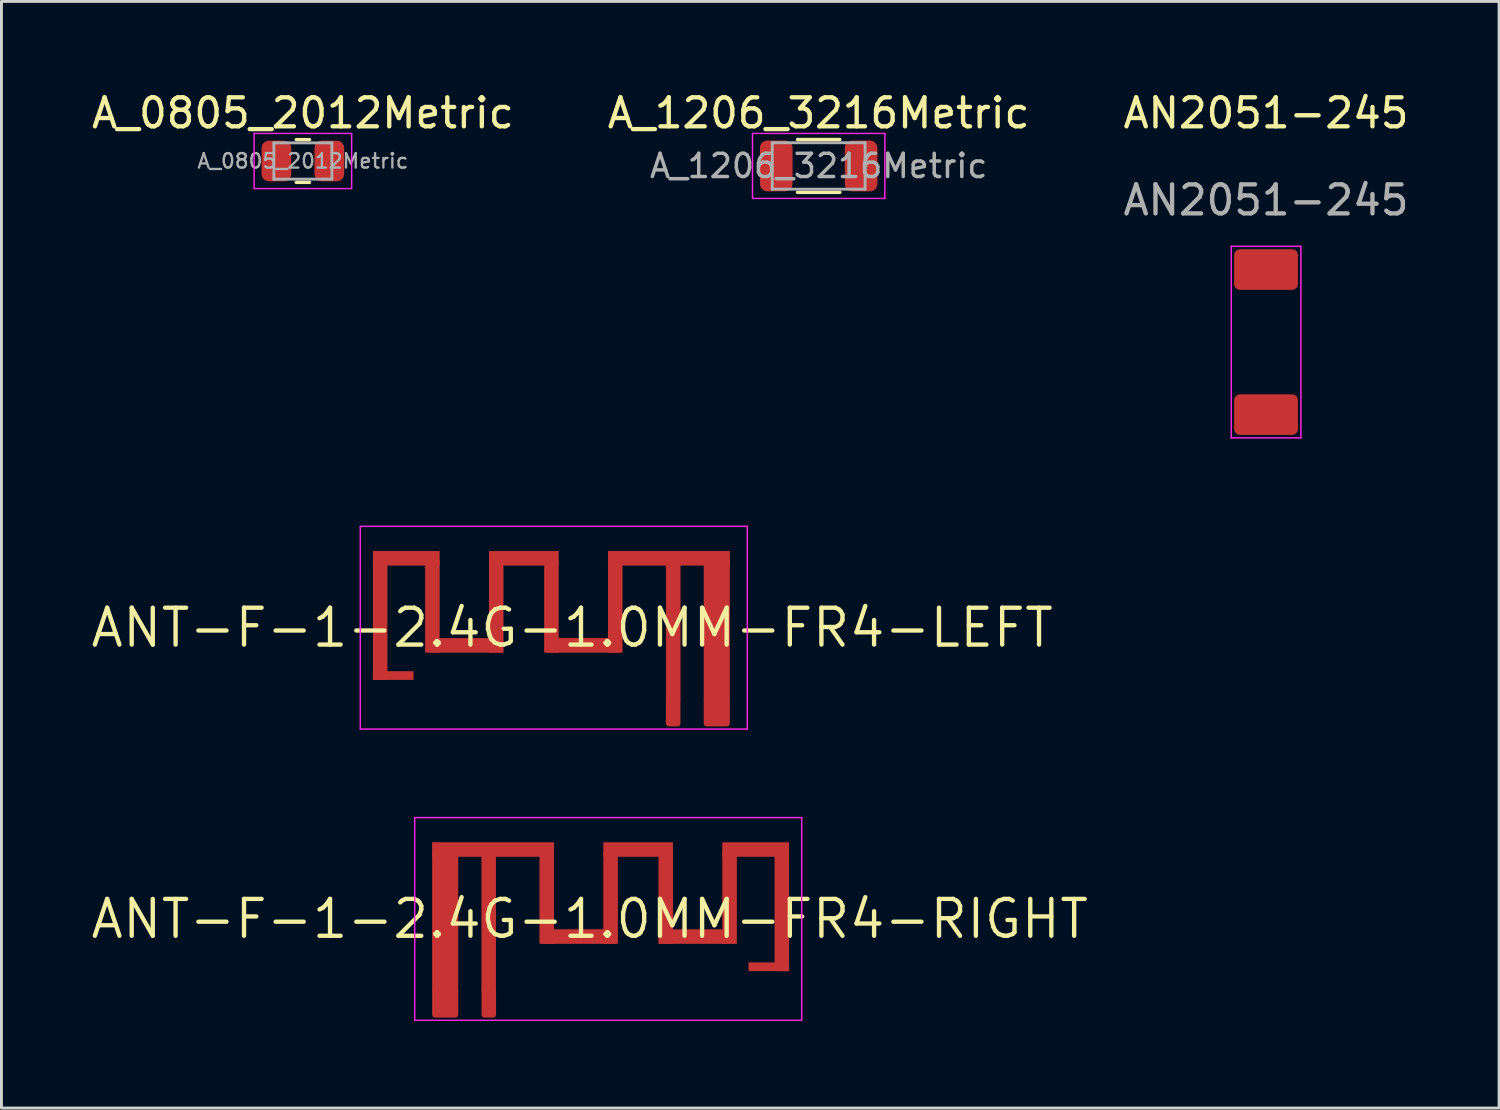
<source format=kicad_pcb>
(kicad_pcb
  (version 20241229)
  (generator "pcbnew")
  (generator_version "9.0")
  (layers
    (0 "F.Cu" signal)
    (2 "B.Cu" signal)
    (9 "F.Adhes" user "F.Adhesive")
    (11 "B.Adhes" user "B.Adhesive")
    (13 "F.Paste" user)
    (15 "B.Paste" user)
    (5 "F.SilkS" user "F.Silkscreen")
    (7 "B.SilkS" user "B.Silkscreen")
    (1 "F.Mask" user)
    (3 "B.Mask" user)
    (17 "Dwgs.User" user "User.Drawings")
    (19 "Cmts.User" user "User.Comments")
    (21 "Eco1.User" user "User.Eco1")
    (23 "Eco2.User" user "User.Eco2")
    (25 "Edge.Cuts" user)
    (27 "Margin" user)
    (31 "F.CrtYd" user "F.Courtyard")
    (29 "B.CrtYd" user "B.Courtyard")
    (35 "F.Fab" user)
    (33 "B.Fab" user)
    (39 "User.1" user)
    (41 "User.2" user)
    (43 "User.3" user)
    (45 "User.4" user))
  (footprint "ANT-F-1-2.4G-1.0MM-FR4-LEFT"
    (layer "F.Cu")
    (at 16.033 18.581)
    (property "Reference" "ANT-F-1-2.4G-1.0MM-FR4-LEFT" (at 0.635 0 0) (layer "F.SilkS") (effects (font (size 1.27 1.27) (thickness 0.15))))
    (attr exclude_from_pos_files exclude_from_bom allow_soldermask_bridges)
    (fp_poly (pts (xy -5.733 -2.322) (xy -6.233 -2.322) (xy -6.233 1.798) (xy -5.733 1.798)) (stroke (width 0) (type solid)) (fill yes) (layer "F.Cu"))
    (fp_poly (pts (xy -4.833 1.498) (xy -6.233 1.498) (xy -6.233 1.798) (xy -4.833 1.798)) (stroke (width 0) (type solid)) (fill yes) (layer "F.Cu"))
    (fp_poly (pts (xy -3.933 -2.322) (xy -4.433 -2.322) (xy -4.433 0.858) (xy -3.933 0.858)) (stroke (width 0) (type solid)) (fill yes) (layer "F.Cu"))
    (fp_poly (pts (xy -3.932 -2.642) (xy -6.232 -2.642) (xy -6.232 -2.142) (xy -3.932 -2.142)) (stroke (width 0) (type solid)) (fill yes) (layer "F.Cu"))
    (fp_poly (pts (xy -1.747 0.358) (xy -4.236 0.358) (xy -4.236 0.858) (xy -1.747 0.858)) (stroke (width 0) (type solid)) (fill yes) (layer "F.Cu"))
    (fp_poly (pts (xy -1.733 -2.322) (xy -2.233 -2.322) (xy -2.233 0.858) (xy -1.733 0.858)) (stroke (width 0) (type solid)) (fill yes) (layer "F.Cu"))
    (fp_poly (pts (xy 0.168 -2.322) (xy -0.333 -2.322) (xy -0.333 0.857) (xy 0.168 0.857)) (stroke (width 0) (type solid)) (fill yes) (layer "F.Cu"))
    (fp_poly (pts (xy 0.168 -2.642) (xy -2.232 -2.642) (xy -2.232 -2.142) (xy 0.168 -2.142)) (stroke (width 0) (type solid)) (fill yes) (layer "F.Cu"))
    (fp_poly (pts (xy 2.277 0.357) (xy -0.263 0.357) (xy -0.263 0.858) (xy 2.277 0.858)) (stroke (width 0) (type solid)) (fill yes) (layer "F.Cu"))
    (fp_poly (pts (xy 2.368 -2.322) (xy 1.868 -2.322) (xy 1.868 0.858) (xy 2.368 0.858)) (stroke (width 0) (type solid)) (fill yes) (layer "F.Cu"))
    (fp_poly (pts (xy 4.368 -2.373) (xy 3.868 -2.373) (xy 3.868 2.507) (xy 4.368 2.507)) (stroke (width 0) (type solid)) (fill yes) (layer "F.Cu"))
    (fp_poly (pts (xy 6.067 -2.348) (xy 5.167 -2.348) (xy 5.167 2.507) (xy 6.067 2.507)) (stroke (width 0) (type solid)) (fill yes) (layer "F.Cu"))
    (fp_poly (pts (xy 6.068 -2.642) (xy 1.868 -2.642) (xy 1.868 -2.142) (xy 6.068 -2.142)) (stroke (width 0) (type solid)) (fill yes) (layer "F.Cu"))
    (fp_poly (pts (xy -5.733 -2.322) (xy -6.232 -2.322) (xy -6.232 1.798) (xy -5.733 1.798)) (stroke (width 0) (type solid)) (fill yes) (layer "F.Mask"))
    (fp_poly (pts (xy -4.833 1.498) (xy -6.233 1.498) (xy -6.233 1.798) (xy -4.833 1.798)) (stroke (width 0) (type solid)) (fill yes) (layer "F.Mask"))
    (fp_poly (pts (xy -3.933 -2.322) (xy -4.433 -2.322) (xy -4.433 0.858) (xy -3.933 0.858)) (stroke (width 0) (type solid)) (fill yes) (layer "F.Mask"))
    (fp_poly (pts (xy -3.932 -2.642) (xy -6.232 -2.642) (xy -6.232 -2.142) (xy -3.932 -2.142)) (stroke (width 0) (type solid)) (fill yes) (layer "F.Mask"))
    (fp_poly (pts (xy -1.747 0.358) (xy -4.236 0.358) (xy -4.236 0.858) (xy -1.747 0.858)) (stroke (width 0) (type solid)) (fill yes) (layer "F.Mask"))
    (fp_poly (pts (xy -1.733 -2.322) (xy -2.233 -2.322) (xy -2.233 0.858) (xy -1.733 0.858)) (stroke (width 0) (type solid)) (fill yes) (layer "F.Mask"))
    (fp_poly (pts (xy 0.168 -2.322) (xy -0.332 -2.322) (xy -0.332 0.858) (xy 0.168 0.858)) (stroke (width 0) (type solid)) (fill yes) (layer "F.Mask"))
    (fp_poly (pts (xy 0.168 -2.642) (xy -2.232 -2.642) (xy -2.232 -2.142) (xy 0.168 -2.142)) (stroke (width 0) (type solid)) (fill yes) (layer "F.Mask"))
    (fp_poly (pts (xy 2.277 0.357) (xy -0.263 0.357) (xy -0.263 0.858) (xy 2.277 0.858)) (stroke (width 0) (type solid)) (fill yes) (layer "F.Mask"))
    (fp_poly (pts (xy 2.368 -2.322) (xy 1.868 -2.322) (xy 1.868 0.857) (xy 2.368 0.857)) (stroke (width 0) (type solid)) (fill yes) (layer "F.Mask"))
    (fp_poly (pts (xy 4.368 -2.373) (xy 3.868 -2.373) (xy 3.868 2.507) (xy 4.368 2.507)) (stroke (width 0) (type solid)) (fill yes) (layer "F.Mask"))
    (fp_poly (pts (xy 6.067 -2.348) (xy 5.167 -2.348) (xy 5.167 2.507) (xy 6.067 2.507)) (stroke (width 0) (type solid)) (fill yes) (layer "F.Mask"))
    (fp_poly (pts (xy 6.068 -2.642) (xy 1.868 -2.642) (xy 1.868 -2.142) (xy 6.068 -2.142)) (stroke (width 0) (type solid)) (fill yes) (layer "F.Mask"))
    (fp_line (start -6.668 -3.493) (end -6.668 3.493) (stroke (width 0.05) (type solid)) (layer "F.CrtYd"))
    (fp_line (start -6.668 3.493) (end 6.668 3.493) (stroke (width 0.05) (type solid)) (layer "F.CrtYd"))
    (fp_line (start 6.668 -3.493) (end -6.668 -3.493) (stroke (width 0.05) (type solid)) (layer "F.CrtYd"))
    (fp_line (start 6.668 3.493) (end 6.668 -3.493) (stroke (width 0.05) (type solid)) (layer "F.CrtYd"))
    (pad "1" smd roundrect (at 4.115 2.9 180) (size 0.5 1) (layers "F.Cu" "F.Mask" "F.Paste") (roundrect_rratio 0.2))
    (pad "2" smd roundrect (at 5.616 2.9 180) (size 0.9 1) (layers "F.Cu" "F.Mask" "F.Paste") (roundrect_rratio 0.111)))
  (footprint "ANT-F-1-2.4G-1.0MM-FR4-RIGHT"
    (layer "F.Cu")
    (at 17.908 28.616)
    (property "Reference" "ANT-F-1-2.4G-1.0MM-FR4-RIGHT" (at -0.635 0 0) (layer "F.SilkS") (effects (font (size 1.27 1.27) (thickness 0.15))))
    (attr exclude_from_pos_files exclude_from_bom allow_soldermask_bridges)
    (fp_poly (pts (xy -6.068 -2.642) (xy -1.868 -2.642) (xy -1.868 -2.142) (xy -6.068 -2.142)) (stroke (width 0) (type solid)) (fill yes) (layer "F.Cu"))
    (fp_poly (pts (xy -6.067 -2.348) (xy -5.167 -2.348) (xy -5.167 2.507) (xy -6.067 2.507)) (stroke (width 0) (type solid)) (fill yes) (layer "F.Cu"))
    (fp_poly (pts (xy -4.368 -2.373) (xy -3.868 -2.373) (xy -3.868 2.507) (xy -4.368 2.507)) (stroke (width 0) (type solid)) (fill yes) (layer "F.Cu"))
    (fp_poly (pts (xy -2.368 -2.322) (xy -1.868 -2.322) (xy -1.868 0.858) (xy -2.368 0.858)) (stroke (width 0) (type solid)) (fill yes) (layer "F.Cu"))
    (fp_poly (pts (xy -2.277 0.357) (xy 0.263 0.357) (xy 0.263 0.858) (xy -2.277 0.858)) (stroke (width 0) (type solid)) (fill yes) (layer "F.Cu"))
    (fp_poly (pts (xy -0.168 -2.642) (xy 2.232 -2.642) (xy 2.232 -2.142) (xy -0.168 -2.142)) (stroke (width 0) (type solid)) (fill yes) (layer "F.Cu"))
    (fp_poly (pts (xy -0.168 -2.322) (xy 0.333 -2.322) (xy 0.333 0.857) (xy -0.168 0.857)) (stroke (width 0) (type solid)) (fill yes) (layer "F.Cu"))
    (fp_poly (pts (xy 1.733 -2.322) (xy 2.233 -2.322) (xy 2.233 0.858) (xy 1.733 0.858)) (stroke (width 0) (type solid)) (fill yes) (layer "F.Cu"))
    (fp_poly (pts (xy 1.747 0.358) (xy 4.236 0.358) (xy 4.236 0.858) (xy 1.747 0.858)) (stroke (width 0) (type solid)) (fill yes) (layer "F.Cu"))
    (fp_poly (pts (xy 3.932 -2.642) (xy 6.232 -2.642) (xy 6.232 -2.142) (xy 3.932 -2.142)) (stroke (width 0) (type solid)) (fill yes) (layer "F.Cu"))
    (fp_poly (pts (xy 3.933 -2.322) (xy 4.433 -2.322) (xy 4.433 0.858) (xy 3.933 0.858)) (stroke (width 0) (type solid)) (fill yes) (layer "F.Cu"))
    (fp_poly (pts (xy 4.833 1.498) (xy 6.233 1.498) (xy 6.233 1.798) (xy 4.833 1.798)) (stroke (width 0) (type solid)) (fill yes) (layer "F.Cu"))
    (fp_poly (pts (xy 5.733 -2.322) (xy 6.233 -2.322) (xy 6.233 1.798) (xy 5.733 1.798)) (stroke (width 0) (type solid)) (fill yes) (layer "F.Cu"))
    (fp_poly (pts (xy -6.068 -2.642) (xy -1.868 -2.642) (xy -1.868 -2.142) (xy -6.068 -2.142)) (stroke (width 0) (type solid)) (fill yes) (layer "F.Mask"))
    (fp_poly (pts (xy -6.067 -2.348) (xy -5.167 -2.348) (xy -5.167 2.507) (xy -6.067 2.507)) (stroke (width 0) (type solid)) (fill yes) (layer "F.Mask"))
    (fp_poly (pts (xy -4.368 -2.373) (xy -3.868 -2.373) (xy -3.868 2.507) (xy -4.368 2.507)) (stroke (width 0) (type solid)) (fill yes) (layer "F.Mask"))
    (fp_poly (pts (xy -2.368 -2.322) (xy -1.868 -2.322) (xy -1.868 0.857) (xy -2.368 0.857)) (stroke (width 0) (type solid)) (fill yes) (layer "F.Mask"))
    (fp_poly (pts (xy -2.277 0.357) (xy 0.263 0.357) (xy 0.263 0.858) (xy -2.277 0.858)) (stroke (width 0) (type solid)) (fill yes) (layer "F.Mask"))
    (fp_poly (pts (xy -0.168 -2.642) (xy 2.232 -2.642) (xy 2.232 -2.142) (xy -0.168 -2.142)) (stroke (width 0) (type solid)) (fill yes) (layer "F.Mask"))
    (fp_poly (pts (xy -0.168 -2.322) (xy 0.332 -2.322) (xy 0.332 0.858) (xy -0.168 0.858)) (stroke (width 0) (type solid)) (fill yes) (layer "F.Mask"))
    (fp_poly (pts (xy 1.733 -2.322) (xy 2.233 -2.322) (xy 2.233 0.858) (xy 1.733 0.858)) (stroke (width 0) (type solid)) (fill yes) (layer "F.Mask"))
    (fp_poly (pts (xy 1.747 0.358) (xy 4.236 0.358) (xy 4.236 0.858) (xy 1.747 0.858)) (stroke (width 0) (type solid)) (fill yes) (layer "F.Mask"))
    (fp_poly (pts (xy 3.932 -2.642) (xy 6.232 -2.642) (xy 6.232 -2.142) (xy 3.932 -2.142)) (stroke (width 0) (type solid)) (fill yes) (layer "F.Mask"))
    (fp_poly (pts (xy 3.933 -2.322) (xy 4.433 -2.322) (xy 4.433 0.858) (xy 3.933 0.858)) (stroke (width 0) (type solid)) (fill yes) (layer "F.Mask"))
    (fp_poly (pts (xy 4.833 1.498) (xy 6.233 1.498) (xy 6.233 1.798) (xy 4.833 1.798)) (stroke (width 0) (type solid)) (fill yes) (layer "F.Mask"))
    (fp_poly (pts (xy 5.733 -2.322) (xy 6.232 -2.322) (xy 6.232 1.798) (xy 5.733 1.798)) (stroke (width 0) (type solid)) (fill yes) (layer "F.Mask"))
    (fp_line (start -6.668 -3.493) (end 6.668 -3.493) (stroke (width 0.05) (type solid)) (layer "F.CrtYd"))
    (fp_line (start -6.668 3.493) (end -6.668 -3.493) (stroke (width 0.05) (type solid)) (layer "F.CrtYd"))
    (fp_line (start 6.668 -3.493) (end 6.668 3.493) (stroke (width 0.05) (type solid)) (layer "F.CrtYd"))
    (fp_line (start 6.668 3.493) (end -6.668 3.493) (stroke (width 0.05) (type solid)) (layer "F.CrtYd"))
    (pad "1" smd roundrect (at -4.115 2.9 180) (size 0.5 1) (layers "F.Cu" "F.Mask" "F.Paste") (roundrect_rratio 0.2))
    (pad "2" smd roundrect (at -5.616 2.9 180) (size 0.9 1) (layers "F.Cu" "F.Mask" "F.Paste") (roundrect_rratio 0.111)))
  (footprint "A_0805_2012Metric"
    (layer "F.Cu")
    (at 7.387 2.498)
    (property "Reference" "A_0805_2012Metric" (at 0 -1.65 0) (layer "F.SilkS") (effects (font (size 1 1) (thickness 0.15))))
    (attr smd)
    (fp_line (start -0.227 -0.735) (end 0.227 -0.735) (stroke (width 0.12) (type solid)) (layer "F.SilkS"))
    (fp_line (start -0.227 0.735) (end 0.227 0.735) (stroke (width 0.12) (type solid)) (layer "F.SilkS"))
    (fp_line (start -1.68 -0.95) (end 1.68 -0.95) (stroke (width 0.05) (type solid)) (layer "F.CrtYd"))
    (fp_line (start -1.68 0.95) (end -1.68 -0.95) (stroke (width 0.05) (type solid)) (layer "F.CrtYd"))
    (fp_line (start 1.68 -0.95) (end 1.68 0.95) (stroke (width 0.05) (type solid)) (layer "F.CrtYd"))
    (fp_line (start 1.68 0.95) (end -1.68 0.95) (stroke (width 0.05) (type solid)) (layer "F.CrtYd"))
    (fp_line (start -1 -0.625) (end 1 -0.625) (stroke (width 0.1) (type solid)) (layer "F.Fab"))
    (fp_line (start -1 0.625) (end -1 -0.625) (stroke (width 0.1) (type solid)) (layer "F.Fab"))
    (fp_line (start 1 -0.625) (end 1 0.625) (stroke (width 0.1) (type solid)) (layer "F.Fab"))
    (fp_line (start 1 0.625) (end -1 0.625) (stroke (width 0.1) (type solid)) (layer "F.Fab"))
    (fp_text user "${REFERENCE}" (at 0 0 0) (layer "F.Fab") (effects (font (size 0.5 0.5) (thickness 0.08))))
    (pad "1" smd roundrect (at -0.912 0) (size 1.025 1.4) (layers "F.Cu" "F.Mask" "F.Paste") (roundrect_rratio 0.244))
    (pad "2" smd roundrect (at 0.912 0) (size 1.025 1.4) (layers "F.Cu" "F.Mask" "F.Paste") (roundrect_rratio 0.244)))
  (footprint "AN2051-245"
    (layer "F.Cu")
    (at 40.577 11.238)
    (property "Reference" "AN2051-245" (at 0 -10.39 0) (unlocked yes) (layer "F.SilkS") (effects (font (size 1 1) (thickness 0.15))))
    (attr smd)
    (fp_line (start -1.2 -5.8) (end 1.2 -5.8) (stroke (width 0.05) (type default)) (layer "F.CrtYd"))
    (fp_line (start -1.2 0.8) (end -1.2 -5.8) (stroke (width 0.05) (type default)) (layer "F.CrtYd"))
    (fp_line (start 1.2 -5.8) (end 1.2 0.8) (stroke (width 0.05) (type default)) (layer "F.CrtYd"))
    (fp_line (start 1.2 0.8) (end -1.2 0.8) (stroke (width 0.05) (type default)) (layer "F.CrtYd"))
    (fp_text user "${REFERENCE}" (at 0 -7.39 0) (unlocked yes) (layer "F.Fab") (effects (font (size 1 1) (thickness 0.15))))
    (pad "1" smd roundrect (at 0 0) (size 2.2 1.4) (layers "F.Cu" "F.Mask" "F.Paste") (roundrect_rratio 0.143))
    (pad "2" smd roundrect (at 0 -5) (size 2.2 1.4) (layers "F.Cu" "F.Mask" "F.Paste") (roundrect_rratio 0.143)))
  (footprint "A_1206_3216Metric"
    (layer "F.Cu")
    (at 25.161 2.668)
    (property "Reference" "A_1206_3216Metric" (at 0 -1.82 0) (layer "F.SilkS") (effects (font (size 1 1) (thickness 0.15))))
    (attr smd)
    (fp_line (start -0.727 -0.91) (end 0.727 -0.91) (stroke (width 0.12) (type solid)) (layer "F.SilkS"))
    (fp_line (start -0.727 0.91) (end 0.727 0.91) (stroke (width 0.12) (type solid)) (layer "F.SilkS"))
    (fp_line (start -2.28 -1.12) (end 2.28 -1.12) (stroke (width 0.05) (type solid)) (layer "F.CrtYd"))
    (fp_line (start -2.28 1.12) (end -2.28 -1.12) (stroke (width 0.05) (type solid)) (layer "F.CrtYd"))
    (fp_line (start 2.28 -1.12) (end 2.28 1.12) (stroke (width 0.05) (type solid)) (layer "F.CrtYd"))
    (fp_line (start 2.28 1.12) (end -2.28 1.12) (stroke (width 0.05) (type solid)) (layer "F.CrtYd"))
    (fp_line (start -1.6 -0.8) (end 1.6 -0.8) (stroke (width 0.1) (type solid)) (layer "F.Fab"))
    (fp_line (start -1.6 0.8) (end -1.6 -0.8) (stroke (width 0.1) (type solid)) (layer "F.Fab"))
    (fp_line (start 1.6 -0.8) (end 1.6 0.8) (stroke (width 0.1) (type solid)) (layer "F.Fab"))
    (fp_line (start 1.6 0.8) (end -1.6 0.8) (stroke (width 0.1) (type solid)) (layer "F.Fab"))
    (fp_text user "${REFERENCE}" (at 0 0 0) (layer "F.Fab") (effects (font (size 0.8 0.8) (thickness 0.12))))
    (pad "1" smd roundrect (at -1.462 0) (size 1.125 1.75) (layers "F.Cu" "F.Mask" "F.Paste") (roundrect_rratio 0.222))
    (pad "2" smd roundrect (at 1.462 0) (size 1.125 1.75) (layers "F.Cu" "F.Mask" "F.Paste") (roundrect_rratio 0.222)))
  (gr_rect
    (start -3 -3)
    (end 48.607 35.133)
    (stroke (width 0.1) (type default))
    (fill no)
    (layer "Edge.Cuts")))
</source>
